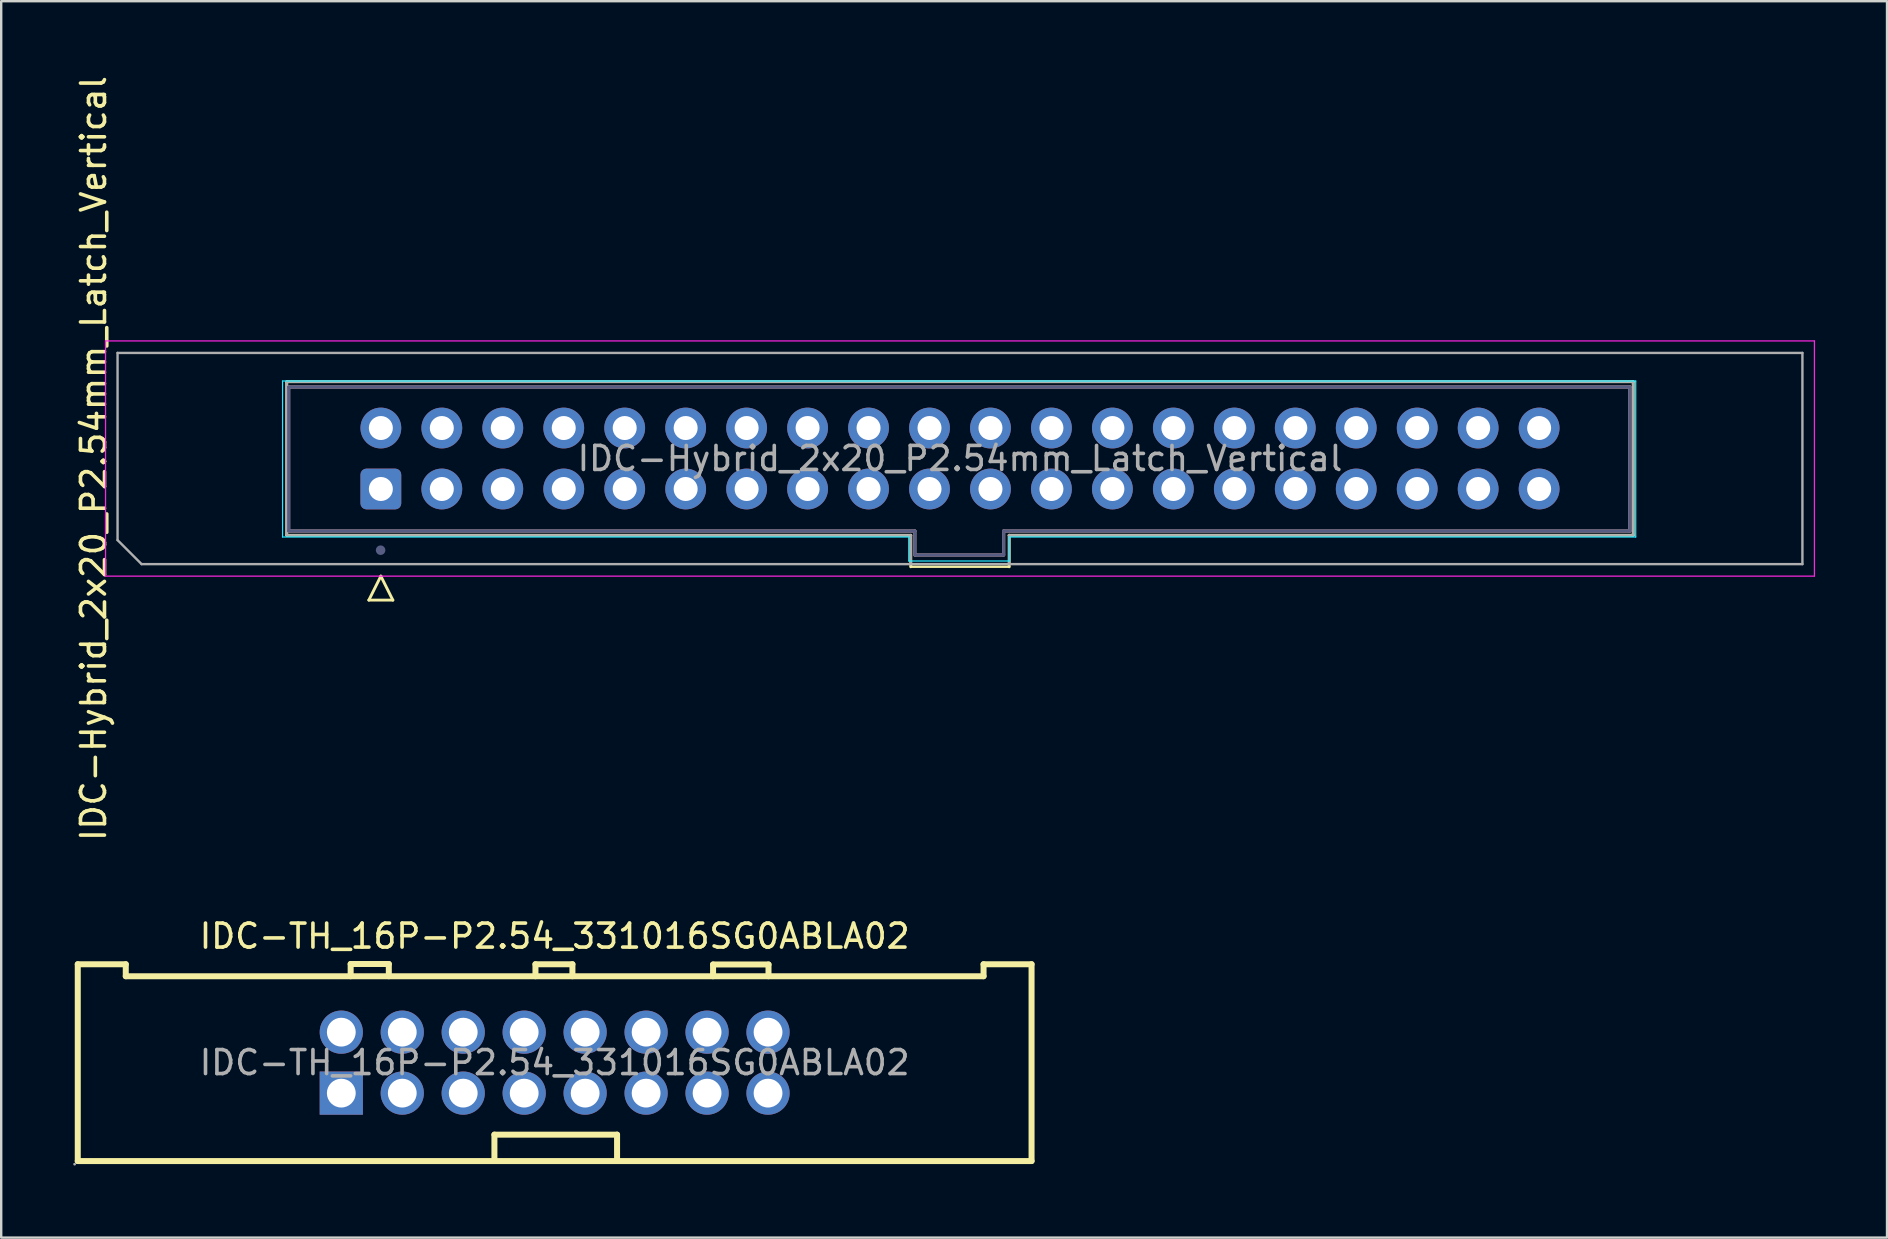
<source format=kicad_pcb>
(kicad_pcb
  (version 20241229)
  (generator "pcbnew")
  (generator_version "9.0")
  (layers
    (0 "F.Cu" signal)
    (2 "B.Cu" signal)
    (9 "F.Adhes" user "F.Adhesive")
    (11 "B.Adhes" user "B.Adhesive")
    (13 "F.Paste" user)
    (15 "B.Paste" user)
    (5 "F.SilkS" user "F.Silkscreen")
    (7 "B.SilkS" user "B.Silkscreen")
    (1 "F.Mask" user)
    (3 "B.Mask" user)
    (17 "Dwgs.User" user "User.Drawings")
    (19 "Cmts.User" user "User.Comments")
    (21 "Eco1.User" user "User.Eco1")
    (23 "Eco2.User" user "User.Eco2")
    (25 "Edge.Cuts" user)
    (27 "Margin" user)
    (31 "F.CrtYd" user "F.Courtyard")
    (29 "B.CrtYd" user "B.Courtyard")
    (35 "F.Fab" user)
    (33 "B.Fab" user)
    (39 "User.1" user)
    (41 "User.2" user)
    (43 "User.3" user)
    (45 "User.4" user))
  (footprint "IDC-TH_16P-P2.54_331016SG0ABLA02"
    (layer "F.Cu")
    (at 20.06 41.225)
    (property "Reference" "IDC-TH_16P-P2.54_331016SG0ABLA02" (at 0 -5.27 0) (layer "F.SilkS") (effects (font (size 1 1) (thickness 0.15))))
    (attr through_hole)
    (fp_line (start -19.87 -4.1) (end -17.87 -4.1) (stroke (width 0.25) (type solid)) (layer "F.SilkS"))
    (fp_line (start -19.87 4.1) (end -19.87 -4.1) (stroke (width 0.25) (type solid)) (layer "F.SilkS"))
    (fp_line (start -19.87 4.1) (end 19.87 4.1) (stroke (width 0.25) (type solid)) (layer "F.SilkS"))
    (fp_line (start -17.87 -4.1) (end -17.87 -3.6) (stroke (width 0.25) (type solid)) (layer "F.SilkS"))
    (fp_line (start -17.87 -3.6) (end 17.87 -3.6) (stroke (width 0.25) (type solid)) (layer "F.SilkS"))
    (fp_line (start -8.5 -4.11) (end -6.91 -4.11) (stroke (width 0.25) (type solid)) (layer "F.SilkS"))
    (fp_line (start -8.5 -3.6) (end -8.5 -4.11) (stroke (width 0.25) (type solid)) (layer "F.SilkS"))
    (fp_line (start -6.91 -4.11) (end -6.91 -3.6) (stroke (width 0.25) (type solid)) (layer "F.SilkS"))
    (fp_line (start -2.51 3) (end 2.6 3) (stroke (width 0.25) (type solid)) (layer "F.SilkS"))
    (fp_line (start -2.51 4.1) (end -2.51 3) (stroke (width 0.25) (type solid)) (layer "F.SilkS"))
    (fp_line (start -0.8 -4.1) (end 0.74 -4.1) (stroke (width 0.25) (type solid)) (layer "F.SilkS"))
    (fp_line (start -0.8 -3.6) (end -0.8 -4.1) (stroke (width 0.25) (type solid)) (layer "F.SilkS"))
    (fp_line (start 0.74 -4.1) (end 0.74 -3.6) (stroke (width 0.25) (type solid)) (layer "F.SilkS"))
    (fp_line (start 2.6 3) (end 2.6 4.1) (stroke (width 0.25) (type solid)) (layer "F.SilkS"))
    (fp_line (start 6.6 -4.09) (end 8.91 -4.09) (stroke (width 0.25) (type solid)) (layer "F.SilkS"))
    (fp_line (start 6.6 -3.6) (end 6.6 -4.09) (stroke (width 0.25) (type solid)) (layer "F.SilkS"))
    (fp_line (start 8.91 -4.09) (end 8.91 -3.6) (stroke (width 0.25) (type solid)) (layer "F.SilkS"))
    (fp_line (start 17.87 -4.1) (end 17.87 -3.6) (stroke (width 0.25) (type solid)) (layer "F.SilkS"))
    (fp_line (start 19.87 -4.1) (end 17.87 -4.1) (stroke (width 0.25) (type solid)) (layer "F.SilkS"))
    (fp_line (start 19.87 4.1) (end 19.87 -4.1) (stroke (width 0.25) (type solid)) (layer "F.SilkS"))
    (fp_circle (center -20 4.23) (end -19.97 4.23) (stroke (width 0.06) (type solid)) (fill no) (layer "F.Fab"))
    (fp_circle (center -8.89 -1.27) (end -8.64 -1.27) (stroke (width 0.5) (type solid)) (fill no) (layer "F.Fab"))
    (fp_circle (center -8.89 1.27) (end -8.64 1.27) (stroke (width 0.5) (type solid)) (fill no) (layer "F.Fab"))
    (fp_circle (center -6.35 -1.27) (end -6.1 -1.27) (stroke (width 0.5) (type solid)) (fill no) (layer "F.Fab"))
    (fp_circle (center -6.35 1.27) (end -6.1 1.27) (stroke (width 0.5) (type solid)) (fill no) (layer "F.Fab"))
    (fp_circle (center -3.81 -1.27) (end -3.56 -1.27) (stroke (width 0.5) (type solid)) (fill no) (layer "F.Fab"))
    (fp_circle (center -3.81 1.27) (end -3.56 1.27) (stroke (width 0.5) (type solid)) (fill no) (layer "F.Fab"))
    (fp_circle (center -1.27 -1.27) (end -1.02 -1.27) (stroke (width 0.5) (type solid)) (fill no) (layer "F.Fab"))
    (fp_circle (center -1.27 1.27) (end -1.02 1.27) (stroke (width 0.5) (type solid)) (fill no) (layer "F.Fab"))
    (fp_circle (center 1.27 -1.27) (end 1.52 -1.27) (stroke (width 0.5) (type solid)) (fill no) (layer "F.Fab"))
    (fp_circle (center 1.27 1.27) (end 1.52 1.27) (stroke (width 0.5) (type solid)) (fill no) (layer "F.Fab"))
    (fp_circle (center 3.81 -1.27) (end 4.06 -1.27) (stroke (width 0.5) (type solid)) (fill no) (layer "F.Fab"))
    (fp_circle (center 3.81 1.27) (end 4.06 1.27) (stroke (width 0.5) (type solid)) (fill no) (layer "F.Fab"))
    (fp_circle (center 6.35 -1.27) (end 6.6 -1.27) (stroke (width 0.5) (type solid)) (fill no) (layer "F.Fab"))
    (fp_circle (center 6.35 1.27) (end 6.6 1.27) (stroke (width 0.5) (type solid)) (fill no) (layer "F.Fab"))
    (fp_circle (center 8.89 -1.27) (end 9.14 -1.27) (stroke (width 0.5) (type solid)) (fill no) (layer "F.Fab"))
    (fp_circle (center 8.89 1.27) (end 9.14 1.27) (stroke (width 0.5) (type solid)) (fill no) (layer "F.Fab"))
    (fp_text user "${REFERENCE}" (at 0 0 0) (layer "F.Fab") (effects (font (size 1 1) (thickness 0.15))))
    (pad "1" thru_hole rect (at -8.89 1.27) (size 1.8 1.8) (drill 1.2) (layers "*.Cu" "*.Mask"))
    (pad "2" thru_hole circle (at -8.89 -1.27) (size 1.8 1.8) (drill 1.2) (layers "*.Cu" "*.Mask"))
    (pad "3" thru_hole circle (at -6.35 1.27) (size 1.8 1.8) (drill 1.2) (layers "*.Cu" "*.Mask"))
    (pad "4" thru_hole circle (at -6.35 -1.27) (size 1.8 1.8) (drill 1.2) (layers "*.Cu" "*.Mask"))
    (pad "5" thru_hole circle (at -3.81 1.27) (size 1.8 1.8) (drill 1.2) (layers "*.Cu" "*.Mask"))
    (pad "6" thru_hole circle (at -3.81 -1.27) (size 1.8 1.8) (drill 1.2) (layers "*.Cu" "*.Mask"))
    (pad "7" thru_hole circle (at -1.27 1.27) (size 1.8 1.8) (drill 1.2) (layers "*.Cu" "*.Mask"))
    (pad "8" thru_hole circle (at -1.27 -1.27) (size 1.8 1.8) (drill 1.2) (layers "*.Cu" "*.Mask"))
    (pad "9" thru_hole circle (at 1.27 1.27) (size 1.8 1.8) (drill 1.2) (layers "*.Cu" "*.Mask"))
    (pad "10" thru_hole circle (at 1.27 -1.27) (size 1.8 1.8) (drill 1.2) (layers "*.Cu" "*.Mask"))
    (pad "11" thru_hole circle (at 3.81 1.27) (size 1.8 1.8) (drill 1.2) (layers "*.Cu" "*.Mask"))
    (pad "12" thru_hole circle (at 3.81 -1.27) (size 1.8 1.8) (drill 1.2) (layers "*.Cu" "*.Mask"))
    (pad "13" thru_hole circle (at 6.35 1.27) (size 1.8 1.8) (drill 1.2) (layers "*.Cu" "*.Mask"))
    (pad "14" thru_hole circle (at 6.35 -1.27) (size 1.8 1.8) (drill 1.2) (layers "*.Cu" "*.Mask"))
    (pad "15" thru_hole circle (at 8.89 1.27) (size 1.8 1.8) (drill 1.2) (layers "*.Cu" "*.Mask"))
    (pad "16" thru_hole circle (at 8.89 -1.27) (size 1.8 1.8) (drill 1.2) (layers "*.Cu" "*.Mask")))
  (footprint "IDC-Hybrid_2x20_P2.54mm_Latch_Vertical"
    (layer "F.Cu")
    (at 12.808 17.274)
    (property "Reference" "IDC-Hybrid_2x20_P2.54mm_Latch_Vertical" (at -11.96 -1.22 90) (layer "F.SilkS") (effects (font (size 1 1) (thickness 0.15))))
    (attr through_hole)
    (fp_line (start -3.91 -4.42) (end 52.19 -4.42) (stroke (width 0.12) (type solid)) (layer "F.SilkS"))
    (fp_line (start -3.91 1.98) (end -3.91 -4.42) (stroke (width 0.12) (type solid)) (layer "F.SilkS"))
    (fp_line (start -0.49 4.68) (end 0.51 4.68) (stroke (width 0.12) (type solid)) (layer "F.SilkS"))
    (fp_line (start 0.01 3.68) (end -0.49 4.68) (stroke (width 0.12) (type solid)) (layer "F.SilkS"))
    (fp_line (start 0.51 4.68) (end 0.01 3.68) (stroke (width 0.12) (type solid)) (layer "F.SilkS"))
    (fp_line (start 22.09 1.98) (end -3.91 1.98) (stroke (width 0.12) (type solid)) (layer "F.SilkS"))
    (fp_line (start 22.09 3.29) (end 22.09 1.98) (stroke (width 0.12) (type solid)) (layer "F.SilkS"))
    (fp_line (start 22.09 3.29) (end 26.19 3.29) (stroke (width 0.1) (type default)) (layer "F.SilkS"))
    (fp_line (start 26.19 1.98) (end 26.19 1.98) (stroke (width 0.12) (type solid)) (layer "F.SilkS"))
    (fp_line (start 26.19 1.98) (end 26.19 3.29) (stroke (width 0.12) (type solid)) (layer "F.SilkS"))
    (fp_line (start 52.19 -4.42) (end 52.19 1.98) (stroke (width 0.12) (type solid)) (layer "F.SilkS"))
    (fp_line (start 52.19 1.98) (end 26.19 1.98) (stroke (width 0.12) (type solid)) (layer "F.SilkS"))
    (fp_line (start -3.83 -4.2) (end -3.83 1.8) (stroke (width 0.127) (type solid)) (layer "B.SilkS"))
    (fp_line (start -3.83 1.8) (end 22.26 1.8) (stroke (width 0.127) (type solid)) (layer "B.SilkS"))
    (fp_line (start 22.26 1.8) (end 22.26 2.8) (stroke (width 0.127) (type solid)) (layer "B.SilkS"))
    (fp_line (start 22.26 2.8) (end 25.96 2.8) (stroke (width 0.127) (type solid)) (layer "B.SilkS"))
    (fp_line (start 25.96 1.8) (end 52.05 1.8) (stroke (width 0.127) (type solid)) (layer "B.SilkS"))
    (fp_line (start 25.96 2.8) (end 25.96 1.8) (stroke (width 0.127) (type solid)) (layer "B.SilkS"))
    (fp_line (start 52.05 -4.2) (end -3.83 -4.2) (stroke (width 0.127) (type solid)) (layer "B.SilkS"))
    (fp_line (start 52.05 1.8) (end 52.05 -4.2) (stroke (width 0.127) (type solid)) (layer "B.SilkS"))
    (fp_line (start -4.085 -4.45) (end -4.085 2.05) (stroke (width 0.05) (type solid)) (layer "B.CrtYd"))
    (fp_line (start -4.085 2.05) (end 22.005 2.05) (stroke (width 0.05) (type solid)) (layer "B.CrtYd"))
    (fp_line (start 22.005 2.05) (end 22.005 3.05) (stroke (width 0.05) (type solid)) (layer "B.CrtYd"))
    (fp_line (start 22.005 3.05) (end 26.205 3.05) (stroke (width 0.05) (type solid)) (layer "B.CrtYd"))
    (fp_line (start 26.205 2.05) (end 52.295 2.05) (stroke (width 0.05) (type solid)) (layer "B.CrtYd"))
    (fp_line (start 26.205 3.05) (end 26.205 2.05) (stroke (width 0.05) (type solid)) (layer "B.CrtYd"))
    (fp_line (start 52.295 -4.45) (end -4.085 -4.45) (stroke (width 0.05) (type solid)) (layer "B.CrtYd"))
    (fp_line (start 52.295 2.05) (end 52.295 -4.45) (stroke (width 0.05) (type solid)) (layer "B.CrtYd"))
    (fp_line (start -11.46 -6.12) (end -11.46 3.68) (stroke (width 0.05) (type solid)) (layer "F.CrtYd"))
    (fp_line (start -11.46 3.68) (end 59.74 3.68) (stroke (width 0.05) (type solid)) (layer "F.CrtYd"))
    (fp_line (start 59.74 -6.12) (end -11.46 -6.12) (stroke (width 0.05) (type solid)) (layer "F.CrtYd"))
    (fp_line (start 59.74 3.68) (end 59.74 -6.12) (stroke (width 0.05) (type solid)) (layer "F.CrtYd"))
    (fp_line (start -3.83 -4.2) (end -3.83 1.8) (stroke (width 0.127) (type solid)) (layer "B.Fab"))
    (fp_line (start -3.83 1.8) (end 22.26 1.8) (stroke (width 0.127) (type solid)) (layer "B.Fab"))
    (fp_line (start 22.26 1.8) (end 22.26 2.8) (stroke (width 0.127) (type solid)) (layer "B.Fab"))
    (fp_line (start 22.26 2.8) (end 25.96 2.8) (stroke (width 0.127) (type solid)) (layer "B.Fab"))
    (fp_line (start 25.96 1.8) (end 52.05 1.8) (stroke (width 0.127) (type solid)) (layer "B.Fab"))
    (fp_line (start 25.96 2.8) (end 25.96 1.8) (stroke (width 0.127) (type solid)) (layer "B.Fab"))
    (fp_line (start 52.05 -4.2) (end -3.83 -4.2) (stroke (width 0.127) (type solid)) (layer "B.Fab"))
    (fp_line (start 52.05 1.8) (end 52.05 -4.2) (stroke (width 0.127) (type solid)) (layer "B.Fab"))
    (fp_circle (center 0 2.6) (end 0.1 2.6) (stroke (width 0.2) (type solid)) (fill no) (layer "B.Fab"))
    (fp_line (start -10.96 -5.62) (end 59.24 -5.62) (stroke (width 0.1) (type solid)) (layer "F.Fab"))
    (fp_line (start -10.96 2.18) (end -10.96 -5.62) (stroke (width 0.1) (type solid)) (layer "F.Fab"))
    (fp_line (start -9.96 3.18) (end -10.96 2.18) (stroke (width 0.1) (type solid)) (layer "F.Fab"))
    (fp_line (start -3.91 -4.42) (end 52.19 -4.42) (stroke (width 0.1) (type solid)) (layer "F.Fab"))
    (fp_line (start -3.91 1.98) (end -3.91 -4.42) (stroke (width 0.1) (type solid)) (layer "F.Fab"))
    (fp_line (start 22.09 1.98) (end -3.91 1.98) (stroke (width 0.1) (type solid)) (layer "F.Fab"))
    (fp_line (start 22.09 3.18) (end 22.09 1.98) (stroke (width 0.1) (type solid)) (layer "F.Fab"))
    (fp_line (start 26.19 1.98) (end 26.19 1.98) (stroke (width 0.1) (type solid)) (layer "F.Fab"))
    (fp_line (start 26.19 1.98) (end 26.19 3.18) (stroke (width 0.1) (type solid)) (layer "F.Fab"))
    (fp_line (start 52.19 -4.42) (end 52.19 1.98) (stroke (width 0.1) (type solid)) (layer "F.Fab"))
    (fp_line (start 52.19 1.98) (end 26.19 1.98) (stroke (width 0.1) (type solid)) (layer "F.Fab"))
    (fp_line (start 59.24 -5.62) (end 59.24 3.18) (stroke (width 0.1) (type solid)) (layer "F.Fab"))
    (fp_line (start 59.24 3.18) (end -9.96 3.18) (stroke (width 0.1) (type solid)) (layer "F.Fab"))
    (fp_text user "${REFERENCE}" (at 24.14 -1.22 180) (layer "F.Fab") (effects (font (size 1 1) (thickness 0.15))))
    (pad "1" thru_hole roundrect (at 0.01 0.05 90) (size 1.7 1.7) (drill 1) (layers "*.Cu" "*.Mask") (roundrect_rratio 0.147))
    (pad "2" thru_hole circle (at 0.01 -2.49 90) (size 1.7 1.7) (drill 1) (layers "*.Cu" "*.Mask"))
    (pad "3" thru_hole circle (at 2.55 0.05 90) (size 1.7 1.7) (drill 1) (layers "*.Cu" "*.Mask"))
    (pad "4" thru_hole circle (at 2.55 -2.49 90) (size 1.7 1.7) (drill 1) (layers "*.Cu" "*.Mask"))
    (pad "5" thru_hole circle (at 5.09 0.05 90) (size 1.7 1.7) (drill 1) (layers "*.Cu" "*.Mask"))
    (pad "6" thru_hole circle (at 5.09 -2.49 90) (size 1.7 1.7) (drill 1) (layers "*.Cu" "*.Mask"))
    (pad "7" thru_hole circle (at 7.63 0.05 90) (size 1.7 1.7) (drill 1) (layers "*.Cu" "*.Mask"))
    (pad "8" thru_hole circle (at 7.63 -2.49 90) (size 1.7 1.7) (drill 1) (layers "*.Cu" "*.Mask"))
    (pad "9" thru_hole circle (at 10.17 0.05 90) (size 1.7 1.7) (drill 1) (layers "*.Cu" "*.Mask"))
    (pad "10" thru_hole circle (at 10.17 -2.49 90) (size 1.7 1.7) (drill 1) (layers "*.Cu" "*.Mask"))
    (pad "11" thru_hole circle (at 12.71 0.05 90) (size 1.7 1.7) (drill 1) (layers "*.Cu" "*.Mask"))
    (pad "12" thru_hole circle (at 12.71 -2.49 90) (size 1.7 1.7) (drill 1) (layers "*.Cu" "*.Mask"))
    (pad "13" thru_hole circle (at 15.25 0.05 90) (size 1.7 1.7) (drill 1) (layers "*.Cu" "*.Mask"))
    (pad "14" thru_hole circle (at 15.25 -2.49 90) (size 1.7 1.7) (drill 1) (layers "*.Cu" "*.Mask"))
    (pad "15" thru_hole circle (at 17.79 0.05 90) (size 1.7 1.7) (drill 1) (layers "*.Cu" "*.Mask"))
    (pad "16" thru_hole circle (at 17.79 -2.49 90) (size 1.7 1.7) (drill 1) (layers "*.Cu" "*.Mask"))
    (pad "17" thru_hole circle (at 20.33 0.05 90) (size 1.7 1.7) (drill 1) (layers "*.Cu" "*.Mask"))
    (pad "18" thru_hole circle (at 20.33 -2.49 90) (size 1.7 1.7) (drill 1) (layers "*.Cu" "*.Mask"))
    (pad "19" thru_hole circle (at 22.87 0.05 90) (size 1.7 1.7) (drill 1) (layers "*.Cu" "*.Mask"))
    (pad "20" thru_hole circle (at 22.87 -2.49 90) (size 1.7 1.7) (drill 1) (layers "*.Cu" "*.Mask"))
    (pad "21" thru_hole circle (at 25.41 0.05 90) (size 1.7 1.7) (drill 1) (layers "*.Cu" "*.Mask"))
    (pad "22" thru_hole circle (at 25.41 -2.49 90) (size 1.7 1.7) (drill 1) (layers "*.Cu" "*.Mask"))
    (pad "23" thru_hole circle (at 27.95 0.05 90) (size 1.7 1.7) (drill 1) (layers "*.Cu" "*.Mask"))
    (pad "24" thru_hole circle (at 27.95 -2.49 90) (size 1.7 1.7) (drill 1) (layers "*.Cu" "*.Mask"))
    (pad "25" thru_hole circle (at 30.49 0.05 90) (size 1.7 1.7) (drill 1) (layers "*.Cu" "*.Mask"))
    (pad "26" thru_hole circle (at 30.49 -2.49 90) (size 1.7 1.7) (drill 1) (layers "*.Cu" "*.Mask"))
    (pad "27" thru_hole circle (at 33.03 0.05 90) (size 1.7 1.7) (drill 1) (layers "*.Cu" "*.Mask"))
    (pad "28" thru_hole circle (at 33.03 -2.49 90) (size 1.7 1.7) (drill 1) (layers "*.Cu" "*.Mask"))
    (pad "29" thru_hole circle (at 35.57 0.05 90) (size 1.7 1.7) (drill 1) (layers "*.Cu" "*.Mask"))
    (pad "30" thru_hole circle (at 35.57 -2.49 90) (size 1.7 1.7) (drill 1) (layers "*.Cu" "*.Mask"))
    (pad "31" thru_hole circle (at 38.11 0.05 90) (size 1.7 1.7) (drill 1) (layers "*.Cu" "*.Mask"))
    (pad "32" thru_hole circle (at 38.11 -2.49 90) (size 1.7 1.7) (drill 1) (layers "*.Cu" "*.Mask"))
    (pad "33" thru_hole circle (at 40.65 0.05 90) (size 1.7 1.7) (drill 1) (layers "*.Cu" "*.Mask"))
    (pad "34" thru_hole circle (at 40.65 -2.49 90) (size 1.7 1.7) (drill 1) (layers "*.Cu" "*.Mask"))
    (pad "35" thru_hole circle (at 43.19 0.05 90) (size 1.7 1.7) (drill 1) (layers "*.Cu" "*.Mask"))
    (pad "36" thru_hole circle (at 43.19 -2.49 90) (size 1.7 1.7) (drill 1) (layers "*.Cu" "*.Mask"))
    (pad "37" thru_hole circle (at 45.73 0.05 90) (size 1.7 1.7) (drill 1) (layers "*.Cu" "*.Mask"))
    (pad "38" thru_hole circle (at 45.73 -2.49 90) (size 1.7 1.7) (drill 1) (layers "*.Cu" "*.Mask"))
    (pad "39" thru_hole circle (at 48.27 0.05 90) (size 1.7 1.7) (drill 1) (layers "*.Cu" "*.Mask"))
    (pad "40" thru_hole circle (at 48.27 -2.49 90) (size 1.7 1.7) (drill 1) (layers "*.Cu" "*.Mask")))
  (gr_rect
    (start -3 -3)
    (end 75.573 48.515)
    (stroke (width 0.1) (type default))
    (fill no)
    (layer "Edge.Cuts")))
</source>
